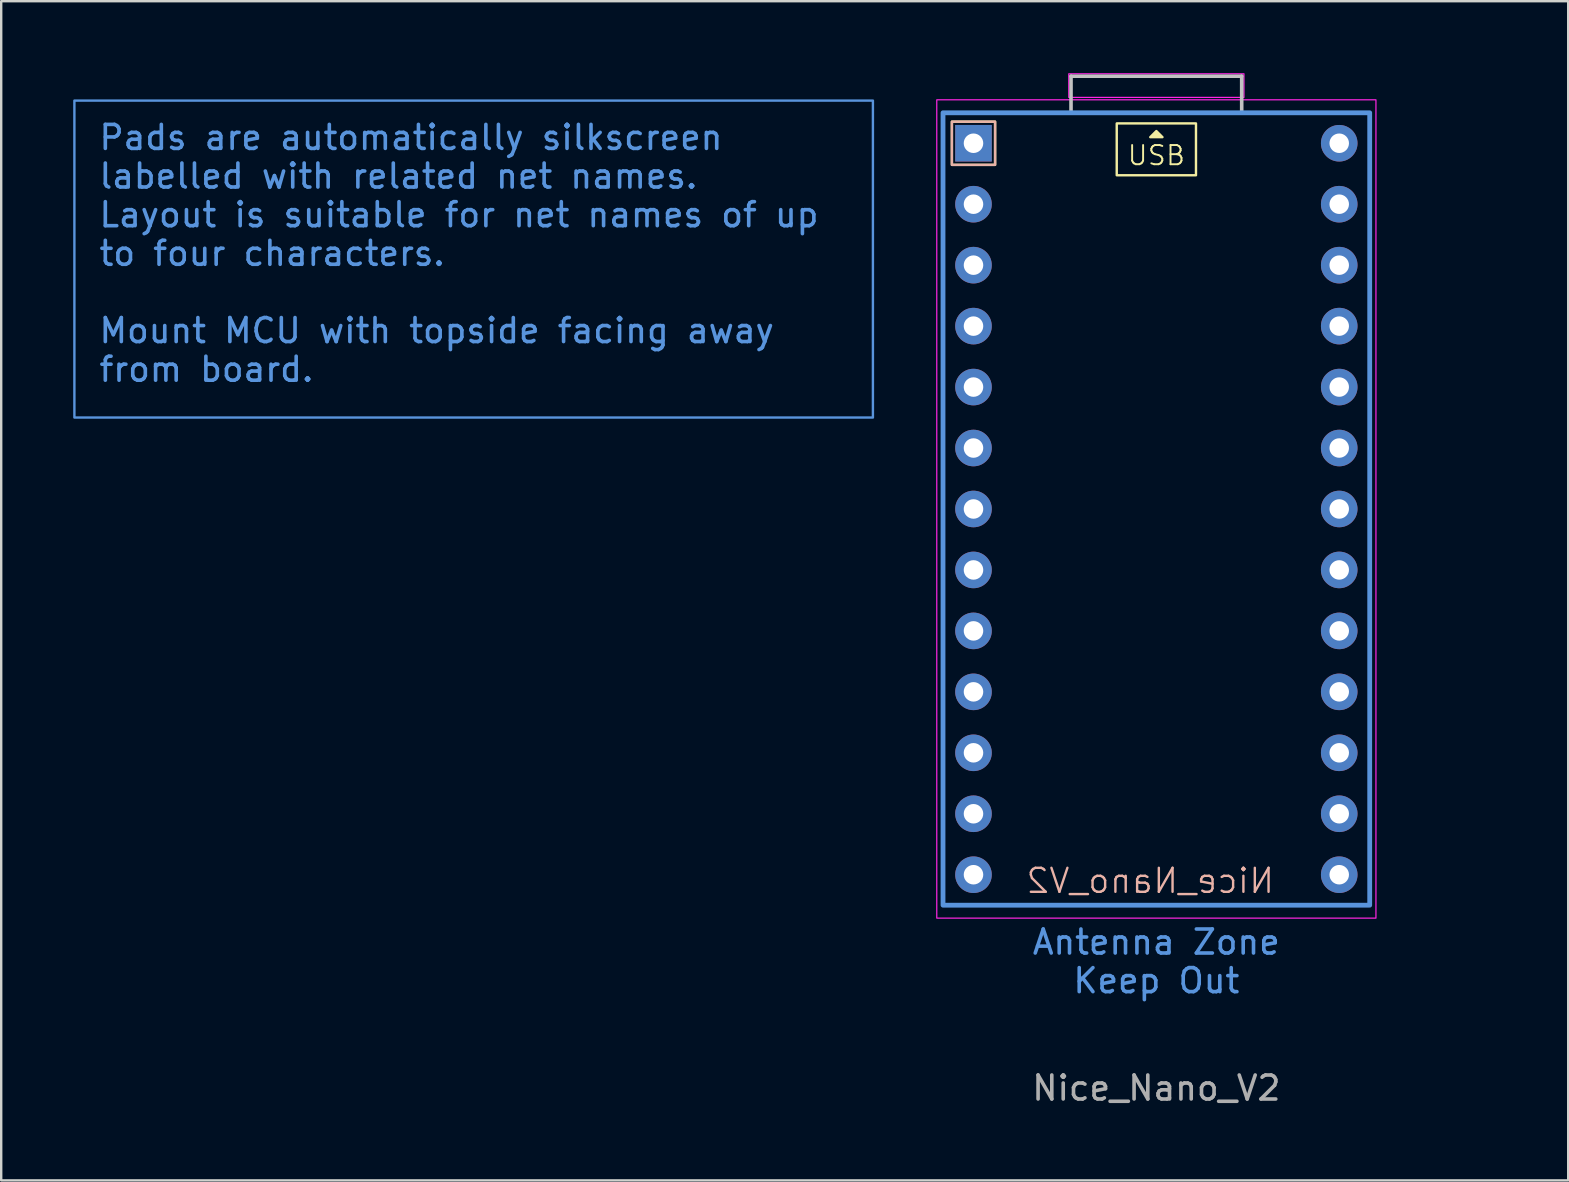
<source format=kicad_pcb>
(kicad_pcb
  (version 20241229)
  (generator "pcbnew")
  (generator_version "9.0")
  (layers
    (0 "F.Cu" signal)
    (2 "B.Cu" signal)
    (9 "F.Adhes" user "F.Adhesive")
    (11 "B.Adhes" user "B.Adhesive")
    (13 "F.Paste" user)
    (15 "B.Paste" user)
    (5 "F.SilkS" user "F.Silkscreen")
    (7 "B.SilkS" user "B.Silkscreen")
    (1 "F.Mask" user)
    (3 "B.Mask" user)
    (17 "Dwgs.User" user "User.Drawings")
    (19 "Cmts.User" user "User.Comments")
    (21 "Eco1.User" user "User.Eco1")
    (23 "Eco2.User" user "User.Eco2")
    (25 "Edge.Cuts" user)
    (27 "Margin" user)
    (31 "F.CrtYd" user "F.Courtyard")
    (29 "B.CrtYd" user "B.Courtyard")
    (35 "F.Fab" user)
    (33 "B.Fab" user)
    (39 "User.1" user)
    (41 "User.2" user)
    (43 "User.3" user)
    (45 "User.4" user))
  (footprint "Nice_Nano_V2"
    (layer "F.Cu")
    (at 45.135 18.159)
    (property "Reference" "Nice_Nano_V2" (at -0.254 15.494 0) (layer "B.SilkS") (effects (font (size 1 1) (thickness 0.1)) (justify mirror)))
    (attr exclude_from_pos_files exclude_from_bom)
    (fp_rect (start -8.89 -16.51) (end 8.89 16.51) (stroke (width 0.1) (type solid)) (fill no) (layer "F.SilkS"))
    (fp_rect (start -8.52 -16.14) (end -6.72 -14.34) (stroke (width 0.1) (type solid)) (fill no) (layer "F.SilkS"))
    (fp_rect (start -1.651 -16.066) (end 1.651 -13.906) (stroke (width 0.1) (type solid)) (fill no) (layer "F.SilkS"))
    (fp_poly (pts (xy -0.254 -15.494) (xy 0.254 -15.494) (xy 0 -15.748)) (stroke (width 0.1) (type solid)) (fill yes) (layer "F.SilkS"))
    (fp_rect (start -8.52 -16.14) (end -6.72 -14.34) (stroke (width 0.1) (type solid)) (fill no) (layer "B.SilkS"))
    (fp_line (start -3.556 -18.034) (end -3.556 -16.51) (stroke (width 0.15) (type solid)) (layer "Dwgs.User"))
    (fp_line (start -3.556 -18.034) (end 3.556 -18.034) (stroke (width 0.15) (type solid)) (layer "Dwgs.User"))
    (fp_line (start 3.556 -18.034) (end 3.556 -16.51) (stroke (width 0.15) (type solid)) (layer "Dwgs.User"))
    (fp_rect (start 8.89 -16.51) (end -8.89 16.51) (stroke (width 0.2) (type solid)) (fill no) (layer "Cmts.User"))
    (fp_rect (start -9.15 -17.05) (end 9.15 17.05) (stroke (width 0.05) (type solid)) (fill no) (layer "F.CrtYd"))
    (fp_rect (start -3.65 -18.134) (end 3.65 -17.15) (stroke (width 0.05) (type solid)) (fill no) (layer "F.CrtYd"))
    (fp_text user "USB" (at 0 -14.732 0) (layer "F.SilkS") (effects (font (size 0.8 0.8) (thickness 0.08))))
    (fp_text user "${NET_NAME(4)}" (at -6.604 -7.62 0) (layer "B.SilkS") (effects (font (size 0.8 0.8) (thickness 0.1)) (justify right mirror)))
    (fp_text user "${NET_NAME(5)}" (at -6.604 -5.08 0) (layer "B.SilkS") (effects (font (size 0.8 0.8) (thickness 0.1)) (justify right mirror)))
    (fp_text user "${NET_NAME(24)}" (at 6.604 10.16 0) (layer "B.SilkS") (effects (font (size 0.8 0.8) (thickness 0.1)) (justify left mirror)))
    (fp_text user "${NET_NAME(14)}" (at 6.604 -15.24 0) (layer "B.SilkS") (effects (font (size 0.8 0.8) (thickness 0.1)) (justify left mirror)))
    (fp_text user "${NET_NAME(18)}" (at 6.604 -5.08 0) (layer "B.SilkS") (effects (font (size 0.8 0.8) (thickness 0.1)) (justify left mirror)))
    (fp_text user "${NET_NAME(13)}" (at -6.604 15.24 0) (layer "B.SilkS") (effects (font (size 0.8 0.8) (thickness 0.1)) (justify right mirror)))
    (fp_text user "${NET_NAME(23)}" (at 6.604 7.62 0) (layer "B.SilkS") (effects (font (size 0.8 0.8) (thickness 0.1)) (justify left mirror)))
    (fp_text user "${NET_NAME(16)}" (at 6.604 -10.16 0) (layer "B.SilkS") (effects (font (size 0.8 0.8) (thickness 0.1)) (justify left mirror)))
    (fp_text user "${NET_NAME(2)}" (at -6.604 -12.7 0) (layer "B.SilkS") (effects (font (size 0.8 0.8) (thickness 0.1)) (justify right mirror)))
    (fp_text user "${NET_NAME(20)}" (at 6.604 0 0) (layer "B.SilkS") (effects (font (size 0.8 0.8) (thickness 0.1)) (justify left mirror)))
    (fp_text user "${NET_NAME(7)}" (at -6.604 0 0) (layer "B.SilkS") (effects (font (size 0.8 0.8) (thickness 0.1)) (justify right mirror)))
    (fp_text user "${NET_NAME(19)}" (at 6.604 -2.54 0) (layer "B.SilkS") (effects (font (size 0.8 0.8) (thickness 0.1)) (justify left mirror)))
    (fp_text user "${NET_NAME(11)}" (at -6.604 10.16 0) (layer "B.SilkS") (effects (font (size 0.8 0.8) (thickness 0.1)) (justify right mirror)))
    (fp_text user "${NET_NAME(1)}" (at -6.604 -15.24 0) (layer "B.SilkS") (effects (font (size 0.8 0.8) (thickness 0.1)) (justify right mirror)))
    (fp_text user "${NET_NAME(15)}" (at 6.604 -12.7 0) (layer "B.SilkS") (effects (font (size 0.8 0.8) (thickness 0.1)) (justify left mirror)))
    (fp_text user "${NET_NAME(17)}" (at 6.604 -7.62 0) (layer "B.SilkS") (effects (font (size 0.8 0.8) (thickness 0.1)) (justify left mirror)))
    (fp_text user "${NET_NAME(22)}" (at 6.604 5.08 0) (layer "B.SilkS") (effects (font (size 0.8 0.8) (thickness 0.1)) (justify left mirror)))
    (fp_text user "${NET_NAME(25)}" (at 6.604 12.7 0) (layer "B.SilkS") (effects (font (size 0.8 0.8) (thickness 0.1)) (justify left mirror)))
    (fp_text user "${NET_NAME(26)}" (at 6.604 15.24 0) (layer "B.SilkS") (effects (font (size 0.8 0.8) (thickness 0.1)) (justify left mirror)))
    (fp_text user "${NET_NAME(12)}" (at -6.604 12.7 0) (layer "B.SilkS") (effects (font (size 0.8 0.8) (thickness 0.1)) (justify right mirror)))
    (fp_text user "${NET_NAME(3)}" (at -6.604 -10.16 0) (layer "B.SilkS") (effects (font (size 0.8 0.8) (thickness 0.1)) (justify right mirror)))
    (fp_text user "${NET_NAME(8)}" (at -6.604 2.54 0) (layer "B.SilkS") (effects (font (size 0.8 0.8) (thickness 0.1)) (justify right mirror)))
    (fp_text user "${NET_NAME(10)}" (at -6.604 7.62 0) (layer "B.SilkS") (effects (font (size 0.8 0.8) (thickness 0.1)) (justify right mirror)))
    (fp_text user "${NET_NAME(21)}" (at 6.604 2.54 0) (layer "B.SilkS") (effects (font (size 0.8 0.8) (thickness 0.1)) (justify left mirror)))
    (fp_text user "${NET_NAME(6)}" (at -6.604 -2.54 0) (layer "B.SilkS") (effects (font (size 0.8 0.8) (thickness 0.1)) (justify right mirror)))
    (fp_text user "${NET_NAME(9)}" (at -6.604 5.08 0) (layer "B.SilkS") (effects (font (size 0.8 0.8) (thickness 0.1)) (justify right mirror)))
    (fp_text user "${Reference}" (at 0 24.13 0) (unlocked yes) (layer "F.Fab") (effects (font (size 1 1) (thickness 0.15))))
    (fp_text_box "Antenna Zone\nKeep Out" (start -8.89 16.51) (end 8.89 21.082) (margins 1.002 1.002 1.002 1.002) (layer "Cmts.User") (effects (font (size 1 1) (thickness 0.15)) (justify top)) (border no) (stroke (width 0.1) (type solid)))
    (fp_text_box "Pads are automatically silkscreen labelled with related net names.\nLayout is suitable for net names of up to four characters.\n\nMount MCU with topside facing away from board." (start -45.085 -17.018) (end -11.811 -3.81) (margins 1.002 1.002 1.002 1.002) (layer "Cmts.User") (effects (font (size 1 1) (thickness 0.15)) (justify left top)) (border yes) (stroke (width 0.1) (type solid)))
    (pad "1" thru_hole rect (at -7.62 -15.24) (size 1.524 1.524) (drill 0.813) (layers "*.Cu" "*.Mask"))
    (pad "2" thru_hole circle (at -7.62 -12.7) (size 1.524 1.524) (drill 0.813) (layers "*.Cu" "*.Mask"))
    (pad "3" thru_hole circle (at -7.62 -10.16) (size 1.524 1.524) (drill 0.813) (layers "*.Cu" "*.Mask"))
    (pad "4" thru_hole circle (at -7.62 -7.62) (size 1.524 1.524) (drill 0.813) (layers "*.Cu" "*.Mask"))
    (pad "5" thru_hole circle (at -7.62 -5.08) (size 1.524 1.524) (drill 0.813) (layers "*.Cu" "*.Mask"))
    (pad "6" thru_hole circle (at -7.62 -2.54) (size 1.524 1.524) (drill 0.813) (layers "*.Cu" "*.Mask"))
    (pad "7" thru_hole circle (at -7.62 0) (size 1.524 1.524) (drill 0.813) (layers "*.Cu" "*.Mask"))
    (pad "8" thru_hole circle (at -7.62 2.54) (size 1.524 1.524) (drill 0.813) (layers "*.Cu" "*.Mask"))
    (pad "9" thru_hole circle (at -7.62 5.08) (size 1.524 1.524) (drill 0.813) (layers "*.Cu" "*.Mask"))
    (pad "10" thru_hole circle (at -7.62 7.62) (size 1.524 1.524) (drill 0.813) (layers "*.Cu" "*.Mask"))
    (pad "11" thru_hole circle (at -7.62 10.16) (size 1.524 1.524) (drill 0.813) (layers "*.Cu" "*.Mask"))
    (pad "12" thru_hole circle (at -7.62 12.7) (size 1.524 1.524) (drill 0.813) (layers "*.Cu" "*.Mask"))
    (pad "13" thru_hole circle (at -7.62 15.24) (size 1.524 1.524) (drill 0.813) (layers "*.Cu" "*.Mask"))
    (pad "14" thru_hole circle (at 7.62 -15.24) (size 1.524 1.524) (drill 0.813) (layers "*.Cu" "*.Mask"))
    (pad "15" thru_hole circle (at 7.62 -12.7) (size 1.524 1.524) (drill 0.813) (layers "*.Cu" "*.Mask"))
    (pad "16" thru_hole circle (at 7.62 -10.16) (size 1.524 1.524) (drill 0.813) (layers "*.Cu" "*.Mask"))
    (pad "17" thru_hole circle (at 7.62 -7.62) (size 1.524 1.524) (drill 0.813) (layers "*.Cu" "*.Mask"))
    (pad "18" thru_hole circle (at 7.62 -5.08) (size 1.524 1.524) (drill 0.813) (layers "*.Cu" "*.Mask"))
    (pad "19" thru_hole circle (at 7.62 -2.54) (size 1.524 1.524) (drill 0.813) (layers "*.Cu" "*.Mask"))
    (pad "20" thru_hole circle (at 7.62 0) (size 1.524 1.524) (drill 0.813) (layers "*.Cu" "*.Mask"))
    (pad "21" thru_hole circle (at 7.62 2.54) (size 1.524 1.524) (drill 0.813) (layers "*.Cu" "*.Mask"))
    (pad "22" thru_hole circle (at 7.62 5.08) (size 1.524 1.524) (drill 0.813) (layers "*.Cu" "*.Mask"))
    (pad "23" thru_hole circle (at 7.62 7.62) (size 1.524 1.524) (drill 0.813) (layers "*.Cu" "*.Mask"))
    (pad "24" thru_hole circle (at 7.62 10.16) (size 1.524 1.524) (drill 0.813) (layers "*.Cu" "*.Mask"))
    (pad "25" thru_hole circle (at 7.62 12.7) (size 1.524 1.524) (drill 0.813) (layers "*.Cu" "*.Mask"))
    (pad "26" thru_hole circle (at 7.62 15.24) (size 1.524 1.524) (drill 0.813) (layers "*.Cu" "*.Mask"))
    (zone (net_name "") (layers "F.Cu" "B.Cu") (name "ANT") (hatch edge 0.5) (connect_pads) (min_thickness 0.25) (filled_areas_thickness no) (keepout (tracks allowed) (vias not_allowed) (pads allowed) (copperpour not_allowed) (footprints allowed)) (placement (enabled no)) (fill) (polygon (pts (xy 30.991 29.645) (xy 59.296 29.645) (xy 59.296 39.637) (xy 30.991 39.637)))))
  (gr_rect
    (start -3 -3)
    (end 62.296 46.137)
    (stroke (width 0.1) (type default))
    (fill no)
    (layer "Edge.Cuts")))
</source>
